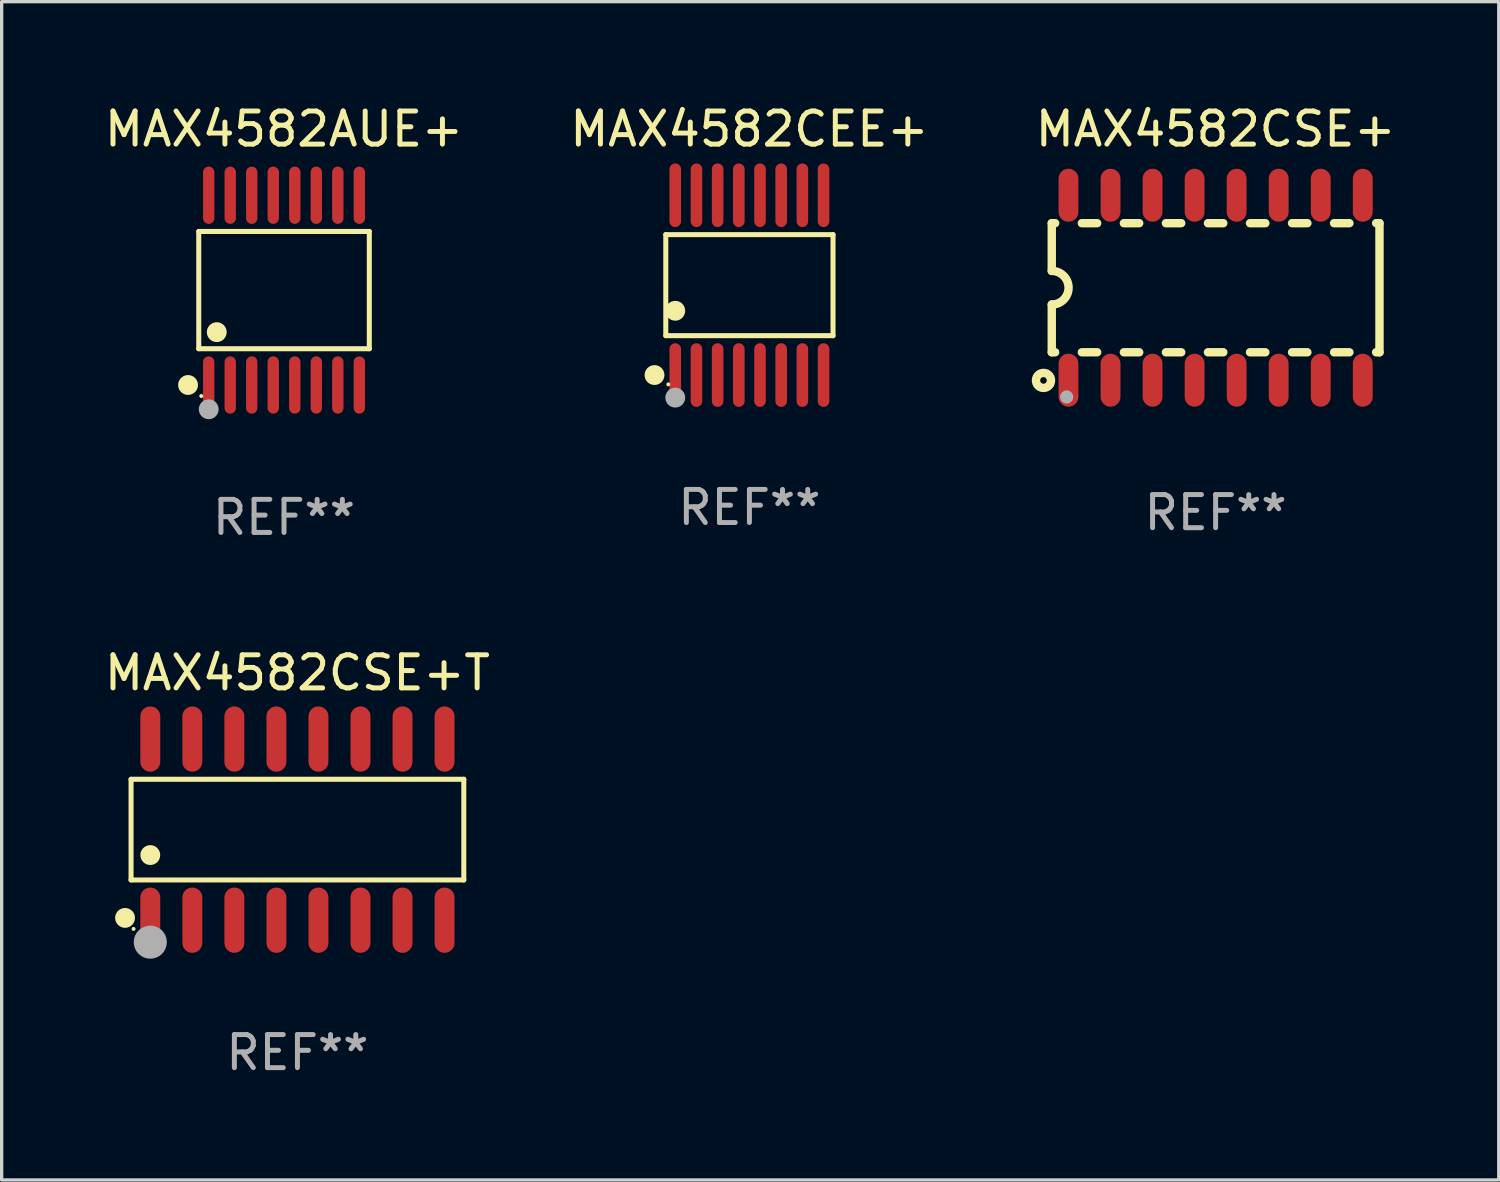
<source format=kicad_pcb>
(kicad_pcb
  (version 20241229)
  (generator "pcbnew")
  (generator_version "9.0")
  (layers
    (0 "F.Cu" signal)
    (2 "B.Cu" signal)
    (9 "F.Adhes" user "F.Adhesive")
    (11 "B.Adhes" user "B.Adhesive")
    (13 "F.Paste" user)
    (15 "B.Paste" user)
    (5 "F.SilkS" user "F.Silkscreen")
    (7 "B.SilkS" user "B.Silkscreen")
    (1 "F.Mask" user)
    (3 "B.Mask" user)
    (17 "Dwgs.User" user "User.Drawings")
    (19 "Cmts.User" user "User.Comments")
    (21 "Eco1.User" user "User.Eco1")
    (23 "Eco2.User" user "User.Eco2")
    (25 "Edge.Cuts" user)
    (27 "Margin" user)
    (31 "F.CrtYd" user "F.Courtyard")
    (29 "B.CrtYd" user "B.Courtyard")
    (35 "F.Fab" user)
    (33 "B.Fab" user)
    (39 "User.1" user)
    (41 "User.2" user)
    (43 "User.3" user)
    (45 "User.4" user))
  (footprint "MAX4582CSE+"
    (layer "F.Cu")
    (at 33.673 5.642)
    (property "Reference" "MAX4582CSE+" (at 0 -4.794 0) (layer "F.SilkS") (effects (font (size 1 1) (thickness 0.15))))
    (attr through_hole)
    (fp_line (start -4.95 -1.95) (end -4.95 -0.508) (stroke (width 0.254) (type solid)) (layer "F.SilkS"))
    (fp_line (start -4.95 -1.95) (end -4.849 -1.95) (stroke (width 0.254) (type solid)) (layer "F.SilkS"))
    (fp_line (start -4.95 1.95) (end -4.95 0.508) (stroke (width 0.254) (type solid)) (layer "F.SilkS"))
    (fp_line (start -4.95 1.95) (end -4.849 1.95) (stroke (width 0.254) (type solid)) (layer "F.SilkS"))
    (fp_line (start -4.041 -1.95) (end -3.579 -1.95) (stroke (width 0.254) (type solid)) (layer "F.SilkS"))
    (fp_line (start -4.041 1.95) (end -3.579 1.95) (stroke (width 0.254) (type solid)) (layer "F.SilkS"))
    (fp_line (start -2.771 -1.95) (end -2.309 -1.95) (stroke (width 0.254) (type solid)) (layer "F.SilkS"))
    (fp_line (start -2.771 1.95) (end -2.309 1.95) (stroke (width 0.254) (type solid)) (layer "F.SilkS"))
    (fp_line (start -1.501 -1.95) (end -1.039 -1.95) (stroke (width 0.254) (type solid)) (layer "F.SilkS"))
    (fp_line (start -1.501 1.95) (end -1.039 1.95) (stroke (width 0.254) (type solid)) (layer "F.SilkS"))
    (fp_line (start -0.231 -1.95) (end 0.231 -1.95) (stroke (width 0.254) (type solid)) (layer "F.SilkS"))
    (fp_line (start -0.231 1.95) (end 0.231 1.95) (stroke (width 0.254) (type solid)) (layer "F.SilkS"))
    (fp_line (start 1.039 -1.95) (end 1.501 -1.95) (stroke (width 0.254) (type solid)) (layer "F.SilkS"))
    (fp_line (start 1.039 1.95) (end 1.501 1.95) (stroke (width 0.254) (type solid)) (layer "F.SilkS"))
    (fp_line (start 2.309 -1.95) (end 2.771 -1.95) (stroke (width 0.254) (type solid)) (layer "F.SilkS"))
    (fp_line (start 2.309 1.95) (end 2.771 1.95) (stroke (width 0.254) (type solid)) (layer "F.SilkS"))
    (fp_line (start 3.579 -1.95) (end 4.041 -1.95) (stroke (width 0.254) (type solid)) (layer "F.SilkS"))
    (fp_line (start 3.579 1.95) (end 4.041 1.95) (stroke (width 0.254) (type solid)) (layer "F.SilkS"))
    (fp_line (start 4.849 -1.95) (end 4.95 -1.95) (stroke (width 0.254) (type solid)) (layer "F.SilkS"))
    (fp_line (start 4.849 1.95) (end 4.95 1.95) (stroke (width 0.254) (type solid)) (layer "F.SilkS"))
    (fp_line (start 4.95 -1.95) (end 4.95 1.95) (stroke (width 0.254) (type solid)) (layer "F.SilkS"))
    (fp_arc (start -4.95047 -0.508001) (mid -4.442469 -0.000228) (end -4.950013 0.508001) (stroke (width 0.254001) (type solid)) (layer "F.SilkS"))
    (fp_circle (center -5.2 2.8) (end -5.1 2.8) (stroke (width 0.254) (type solid)) (fill no) (layer "F.SilkS"))
    (fp_circle (center -4.95 2.947) (end -4.92 2.947) (stroke (width 0.06) (type solid)) (fill no) (layer "F.SilkS"))
    (fp_circle (center -4.5 3.3) (end -4.4 3.3) (stroke (width 0.2) (type solid)) (fill no) (layer "F.Fab"))
    (fp_text user "REF**" (at 0 6.794 0) (layer "F.Fab") (effects (font (size 1 1) (thickness 0.15))))
    (pad "1" smd oval (at -4.445 2.794) (size 0.6 1.6) (layers "F.Cu" "F.Mask" "F.Paste"))
    (pad "2" smd oval (at -3.175 2.794) (size 0.6 1.6) (layers "F.Cu" "F.Mask" "F.Paste"))
    (pad "3" smd oval (at -1.905 2.794) (size 0.6 1.6) (layers "F.Cu" "F.Mask" "F.Paste"))
    (pad "4" smd oval (at -0.635 2.794) (size 0.6 1.6) (layers "F.Cu" "F.Mask" "F.Paste"))
    (pad "5" smd oval (at 0.635 2.794) (size 0.6 1.6) (layers "F.Cu" "F.Mask" "F.Paste"))
    (pad "6" smd oval (at 1.905 2.794) (size 0.6 1.6) (layers "F.Cu" "F.Mask" "F.Paste"))
    (pad "7" smd oval (at 3.175 2.794) (size 0.6 1.6) (layers "F.Cu" "F.Mask" "F.Paste"))
    (pad "8" smd oval (at 4.445 2.794) (size 0.6 1.6) (layers "F.Cu" "F.Mask" "F.Paste"))
    (pad "9" smd oval (at 4.445 -2.794) (size 0.6 1.6) (layers "F.Cu" "F.Mask" "F.Paste"))
    (pad "10" smd oval (at 3.175 -2.794) (size 0.6 1.6) (layers "F.Cu" "F.Mask" "F.Paste"))
    (pad "11" smd oval (at 1.905 -2.794) (size 0.6 1.6) (layers "F.Cu" "F.Mask" "F.Paste"))
    (pad "12" smd oval (at 0.635 -2.794) (size 0.6 1.6) (layers "F.Cu" "F.Mask" "F.Paste"))
    (pad "13" smd oval (at -0.635 -2.794) (size 0.6 1.6) (layers "F.Cu" "F.Mask" "F.Paste"))
    (pad "14" smd oval (at -1.905 -2.794) (size 0.6 1.6) (layers "F.Cu" "F.Mask" "F.Paste"))
    (pad "15" smd oval (at -3.175 -2.794) (size 0.6 1.6) (layers "F.Cu" "F.Mask" "F.Paste"))
    (pad "16" smd oval (at -4.445 -2.794) (size 0.6 1.6) (layers "F.Cu" "F.Mask" "F.Paste")))
  (footprint "MAX4582CEE+"
    (layer "F.Cu")
    (at 19.589 5.564)
    (property "Reference" "MAX4582CEE+" (at 0 -4.716 0) (layer "F.SilkS") (effects (font (size 1 1) (thickness 0.15))))
    (attr through_hole)
    (fp_line (start -2.526 -1.526) (end 2.526 -1.526) (stroke (width 0.152) (type solid)) (layer "F.SilkS"))
    (fp_line (start -2.526 1.526) (end -2.526 -1.526) (stroke (width 0.152) (type solid)) (layer "F.SilkS"))
    (fp_line (start 2.526 -1.526) (end 2.526 1.526) (stroke (width 0.152) (type solid)) (layer "F.SilkS"))
    (fp_line (start 2.526 1.526) (end -2.526 1.526) (stroke (width 0.152) (type solid)) (layer "F.SilkS"))
    (fp_circle (center -2.867 2.716) (end -2.717 2.716) (stroke (width 0.3) (type solid)) (fill no) (layer "F.SilkS"))
    (fp_circle (center -2.45 2.997) (end -2.42 2.997) (stroke (width 0.06) (type solid)) (fill no) (layer "F.SilkS"))
    (fp_circle (center -2.24 0.774) (end -2.09 0.774) (stroke (width 0.3) (type solid)) (fill no) (layer "F.SilkS"))
    (fp_circle (center -2.24 3.398) (end -2.09 3.398) (stroke (width 0.3) (type solid)) (fill no) (layer "F.Fab"))
    (fp_text user "REF**" (at 0 6.716 0) (layer "F.Fab") (effects (font (size 1 1) (thickness 0.15))))
    (pad "1" smd oval (at -2.24 2.716) (size 0.35 1.922) (layers "F.Cu" "F.Mask" "F.Paste"))
    (pad "2" smd oval (at -1.6 2.716) (size 0.35 1.922) (layers "F.Cu" "F.Mask" "F.Paste"))
    (pad "3" smd oval (at -0.96 2.716) (size 0.35 1.922) (layers "F.Cu" "F.Mask" "F.Paste"))
    (pad "4" smd oval (at -0.32 2.716) (size 0.35 1.922) (layers "F.Cu" "F.Mask" "F.Paste"))
    (pad "5" smd oval (at 0.32 2.716) (size 0.35 1.922) (layers "F.Cu" "F.Mask" "F.Paste"))
    (pad "6" smd oval (at 0.96 2.716) (size 0.35 1.922) (layers "F.Cu" "F.Mask" "F.Paste"))
    (pad "7" smd oval (at 1.6 2.716) (size 0.35 1.922) (layers "F.Cu" "F.Mask" "F.Paste"))
    (pad "8" smd oval (at 2.24 2.716) (size 0.35 1.922) (layers "F.Cu" "F.Mask" "F.Paste"))
    (pad "9" smd oval (at 2.24 -2.716) (size 0.35 1.922) (layers "F.Cu" "F.Mask" "F.Paste"))
    (pad "10" smd oval (at 1.6 -2.716) (size 0.35 1.922) (layers "F.Cu" "F.Mask" "F.Paste"))
    (pad "11" smd oval (at 0.96 -2.716) (size 0.35 1.922) (layers "F.Cu" "F.Mask" "F.Paste"))
    (pad "12" smd oval (at 0.32 -2.716) (size 0.35 1.922) (layers "F.Cu" "F.Mask" "F.Paste"))
    (pad "13" smd oval (at -0.32 -2.716) (size 0.35 1.922) (layers "F.Cu" "F.Mask" "F.Paste"))
    (pad "14" smd oval (at -0.96 -2.716) (size 0.35 1.922) (layers "F.Cu" "F.Mask" "F.Paste"))
    (pad "15" smd oval (at -1.6 -2.716) (size 0.35 1.922) (layers "F.Cu" "F.Mask" "F.Paste"))
    (pad "16" smd oval (at -2.24 -2.716) (size 0.35 1.922) (layers "F.Cu" "F.Mask" "F.Paste")))
  (footprint "MAX4582CSE+T"
    (layer "F.Cu")
    (at 5.935 22.012)
    (property "Reference" "MAX4582CSE+T" (at 0 -4.736 0) (layer "F.SilkS") (effects (font (size 1 1) (thickness 0.15))))
    (attr through_hole)
    (fp_line (start -5.026 -1.521) (end 5.026 -1.521) (stroke (width 0.152) (type solid)) (layer "F.SilkS"))
    (fp_line (start -5.026 1.521) (end -5.026 -1.521) (stroke (width 0.152) (type solid)) (layer "F.SilkS"))
    (fp_line (start 5.026 -1.521) (end 5.026 1.521) (stroke (width 0.152) (type solid)) (layer "F.SilkS"))
    (fp_line (start 5.026 1.521) (end -5.026 1.521) (stroke (width 0.152) (type solid)) (layer "F.SilkS"))
    (fp_circle (center -5.207 2.667) (end -5.057 2.667) (stroke (width 0.3) (type solid)) (fill no) (layer "F.SilkS"))
    (fp_circle (center -4.95 3) (end -4.92 3) (stroke (width 0.06) (type solid)) (fill no) (layer "F.SilkS"))
    (fp_circle (center -4.445 0.769) (end -4.295 0.769) (stroke (width 0.3) (type solid)) (fill no) (layer "F.SilkS"))
    (fp_circle (center -4.445 3.4) (end -4.195 3.4) (stroke (width 0.5) (type solid)) (fill no) (layer "F.Fab"))
    (fp_text user "REF**" (at 0 6.736 0) (layer "F.Fab") (effects (font (size 1 1) (thickness 0.15))))
    (pad "1" smd oval (at -4.445 2.736) (size 0.602 1.971) (layers "F.Cu" "F.Mask" "F.Paste"))
    (pad "2" smd oval (at -3.175 2.736) (size 0.602 1.971) (layers "F.Cu" "F.Mask" "F.Paste"))
    (pad "3" smd oval (at -1.905 2.736) (size 0.602 1.971) (layers "F.Cu" "F.Mask" "F.Paste"))
    (pad "4" smd oval (at -0.635 2.736) (size 0.602 1.971) (layers "F.Cu" "F.Mask" "F.Paste"))
    (pad "5" smd oval (at 0.635 2.736) (size 0.602 1.971) (layers "F.Cu" "F.Mask" "F.Paste"))
    (pad "6" smd oval (at 1.905 2.736) (size 0.602 1.971) (layers "F.Cu" "F.Mask" "F.Paste"))
    (pad "7" smd oval (at 3.175 2.736) (size 0.602 1.971) (layers "F.Cu" "F.Mask" "F.Paste"))
    (pad "8" smd oval (at 4.445 2.736) (size 0.602 1.971) (layers "F.Cu" "F.Mask" "F.Paste"))
    (pad "9" smd oval (at 4.445 -2.736) (size 0.602 1.971) (layers "F.Cu" "F.Mask" "F.Paste"))
    (pad "10" smd oval (at 3.175 -2.736) (size 0.602 1.971) (layers "F.Cu" "F.Mask" "F.Paste"))
    (pad "11" smd oval (at 1.905 -2.736) (size 0.602 1.971) (layers "F.Cu" "F.Mask" "F.Paste"))
    (pad "12" smd oval (at 0.635 -2.736) (size 0.602 1.971) (layers "F.Cu" "F.Mask" "F.Paste"))
    (pad "13" smd oval (at -0.635 -2.736) (size 0.602 1.971) (layers "F.Cu" "F.Mask" "F.Paste"))
    (pad "14" smd oval (at -1.905 -2.736) (size 0.602 1.971) (layers "F.Cu" "F.Mask" "F.Paste"))
    (pad "15" smd oval (at -3.175 -2.736) (size 0.602 1.971) (layers "F.Cu" "F.Mask" "F.Paste"))
    (pad "16" smd oval (at -4.445 -2.736) (size 0.602 1.971) (layers "F.Cu" "F.Mask" "F.Paste")))
  (footprint "MAX4582AUE+"
    (layer "F.Cu")
    (at 5.53 5.714)
    (property "Reference" "MAX4582AUE+" (at 0 -4.866 0) (layer "F.SilkS") (effects (font (size 1 1) (thickness 0.15))))
    (attr through_hole)
    (fp_line (start -2.576 -1.772) (end 2.576 -1.772) (stroke (width 0.152) (type solid)) (layer "F.SilkS"))
    (fp_line (start -2.576 1.771) (end -2.576 -1.772) (stroke (width 0.152) (type solid)) (layer "F.SilkS"))
    (fp_line (start 2.576 -1.772) (end 2.576 1.771) (stroke (width 0.152) (type solid)) (layer "F.SilkS"))
    (fp_line (start 2.576 1.771) (end -2.576 1.771) (stroke (width 0.152) (type solid)) (layer "F.SilkS"))
    (fp_circle (center -2.899 2.866) (end -2.749 2.866) (stroke (width 0.3) (type solid)) (fill no) (layer "F.SilkS"))
    (fp_circle (center -2.5 3.2) (end -2.47 3.2) (stroke (width 0.06) (type solid)) (fill no) (layer "F.SilkS"))
    (fp_circle (center -2.032 1.27) (end -1.882 1.27) (stroke (width 0.3) (type solid)) (fill no) (layer "F.SilkS"))
    (fp_circle (center -2.275 3.6) (end -2.125 3.6) (stroke (width 0.3) (type solid)) (fill no) (layer "F.Fab"))
    (fp_text user "REF**" (at 0 6.866 0) (layer "F.Fab") (effects (font (size 1 1) (thickness 0.15))))
    (pad "1" smd oval (at -2.275 2.866) (size 0.343 1.731) (layers "F.Cu" "F.Mask" "F.Paste"))
    (pad "2" smd oval (at -1.625 2.866) (size 0.343 1.731) (layers "F.Cu" "F.Mask" "F.Paste"))
    (pad "3" smd oval (at -0.975 2.866) (size 0.343 1.731) (layers "F.Cu" "F.Mask" "F.Paste"))
    (pad "4" smd oval (at -0.325 2.866) (size 0.343 1.731) (layers "F.Cu" "F.Mask" "F.Paste"))
    (pad "5" smd oval (at 0.325 2.866) (size 0.343 1.731) (layers "F.Cu" "F.Mask" "F.Paste"))
    (pad "6" smd oval (at 0.975 2.866) (size 0.343 1.731) (layers "F.Cu" "F.Mask" "F.Paste"))
    (pad "7" smd oval (at 1.625 2.866) (size 0.343 1.731) (layers "F.Cu" "F.Mask" "F.Paste"))
    (pad "8" smd oval (at 2.275 2.866) (size 0.343 1.731) (layers "F.Cu" "F.Mask" "F.Paste"))
    (pad "9" smd oval (at 2.275 -2.866) (size 0.343 1.731) (layers "F.Cu" "F.Mask" "F.Paste"))
    (pad "10" smd oval (at 1.625 -2.866) (size 0.343 1.731) (layers "F.Cu" "F.Mask" "F.Paste"))
    (pad "11" smd oval (at 0.975 -2.866) (size 0.343 1.731) (layers "F.Cu" "F.Mask" "F.Paste"))
    (pad "12" smd oval (at 0.325 -2.866) (size 0.343 1.731) (layers "F.Cu" "F.Mask" "F.Paste"))
    (pad "13" smd oval (at -0.325 -2.866) (size 0.343 1.731) (layers "F.Cu" "F.Mask" "F.Paste"))
    (pad "14" smd oval (at -0.975 -2.866) (size 0.343 1.731) (layers "F.Cu" "F.Mask" "F.Paste"))
    (pad "15" smd oval (at -1.625 -2.866) (size 0.343 1.731) (layers "F.Cu" "F.Mask" "F.Paste"))
    (pad "16" smd oval (at -2.275 -2.866) (size 0.343 1.731) (layers "F.Cu" "F.Mask" "F.Paste")))
  (gr_rect
    (start -3 -3)
    (end 42.226 32.596)
    (stroke (width 0.1) (type default))
    (fill no)
    (layer "Edge.Cuts")))
</source>
